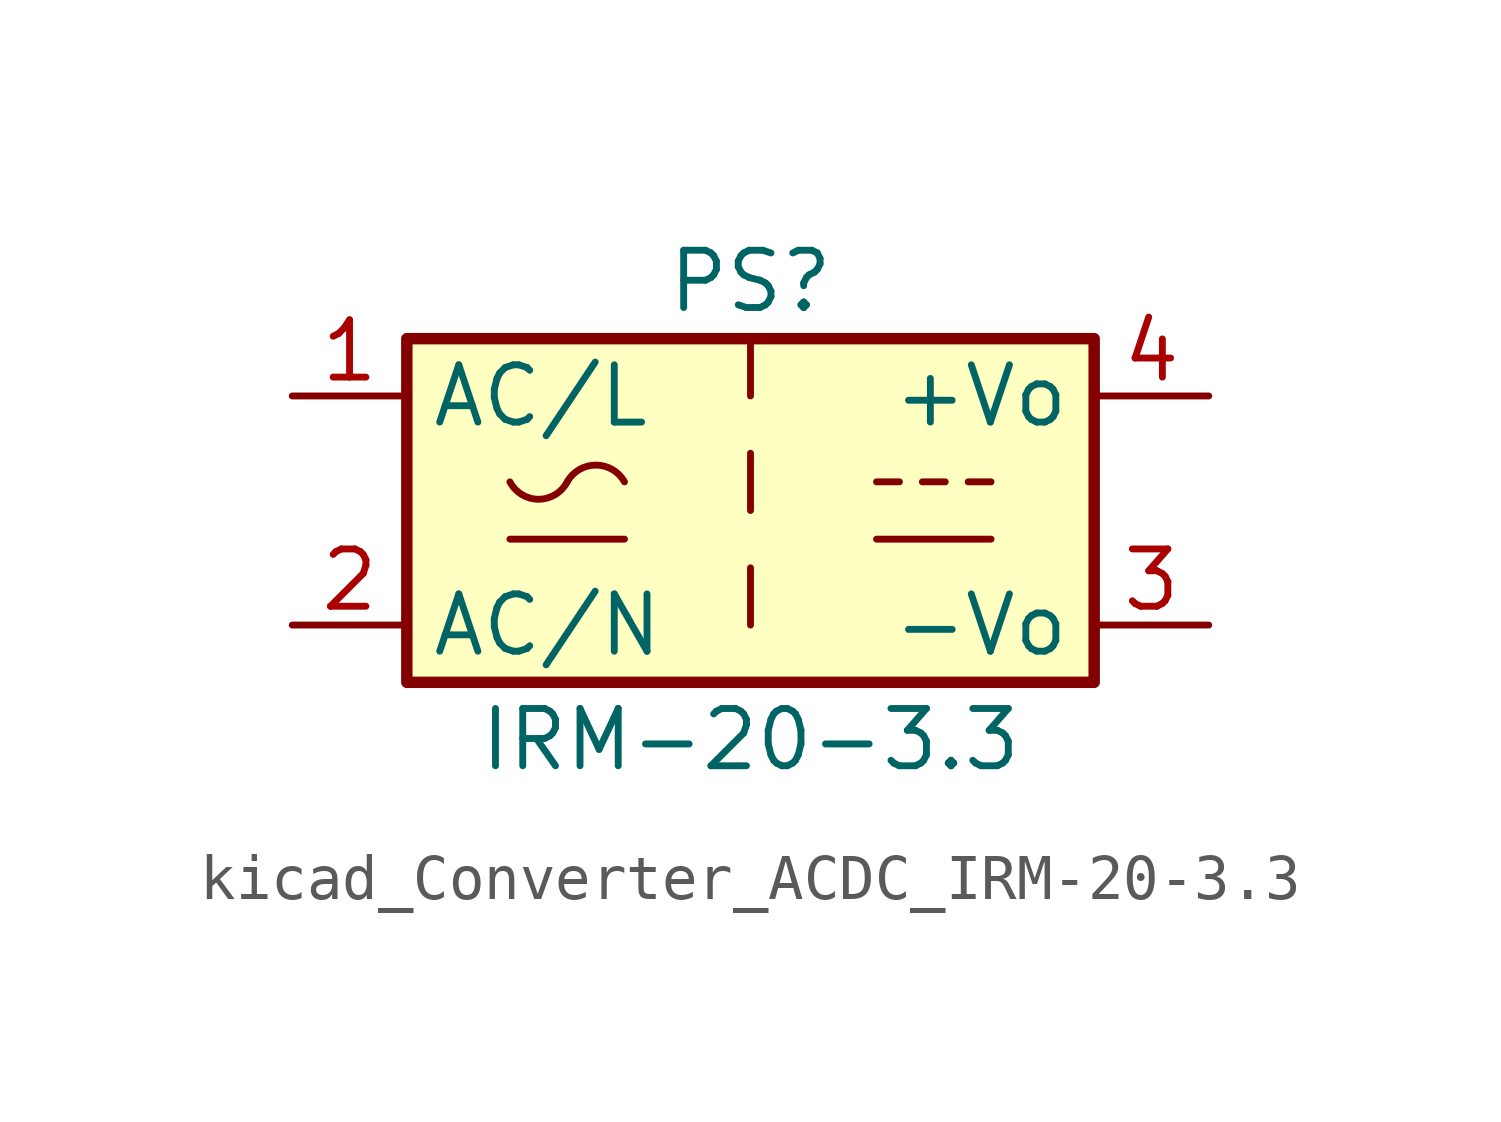
<source format=kicad_sym>
(kicad_symbol_lib
  (version 20220914)
  (generator kicad_symbol_editor)
  (symbol "kicad_Converter_ACDC_IRM-20-3.3"
    (property "Reference" "PS"
      (at 0 5.08 0)
      (effects (font (size 1.27 1.27))))
    (property "Value" "IRM-20-3.3"
      (at 0 -5.08 0)
      (effects (font (size 1.27 1.27))))
    (symbol "kicad_Converter_ACDC_IRM-20-3.3_0_1"
      (rectangle (start -7.62 3.81) (end 7.62 -3.81) (stroke (width 0.254) (type default)) (fill (type background)))
      (arc (start -5.334 0.635) (mid -4.699 0.2495) (end -4.064 0.635) (stroke (width 0) (type default)) (fill (type none)))
      (arc (start -2.794 0.635) (mid -3.429 1.0072) (end -4.064 0.635) (stroke (width 0) (type default)) (fill (type none)))
      (polyline (pts (xy -5.334 -0.635) (xy -2.794 -0.635)) (stroke (width 0) (type default)) (fill (type none)))
      (polyline (pts (xy 0 -1.27) (xy 0 -2.54)) (stroke (width 0) (type default)) (fill (type none)))
      (polyline (pts (xy 0 1.27) (xy 0 0)) (stroke (width 0) (type default)) (fill (type none)))
      (polyline (pts (xy 0 3.81) (xy 0 2.54)) (stroke (width 0) (type default)) (fill (type none)))
      (polyline (pts (xy 2.794 -0.635) (xy 5.334 -0.635)) (stroke (width 0) (type default)) (fill (type none)))
      (polyline (pts (xy 2.794 0.635) (xy 3.302 0.635)) (stroke (width 0) (type default)) (fill (type none)))
      (polyline (pts (xy 3.81 0.635) (xy 4.318 0.635)) (stroke (width 0) (type default)) (fill (type none)))
      (polyline (pts (xy 4.826 0.635) (xy 5.334 0.635)) (stroke (width 0) (type default)) (fill (type none))))
    (symbol "kicad_Converter_ACDC_IRM-20-3.3_1_1"
      (pin power_in line (at -10.16 2.54 0) (length 2.54) (name "AC/L" (effects (font (size 1.27 1.27)))) (number "1" (effects (font (size 1.27 1.27)))))
      (pin power_in line (at -10.16 -2.54 0) (length 2.54) (name "AC/N" (effects (font (size 1.27 1.27)))) (number "2" (effects (font (size 1.27 1.27)))))
      (pin power_out line (at 10.16 -2.54 180) (length 2.54) (name "-Vo" (effects (font (size 1.27 1.27)))) (number "3" (effects (font (size 1.27 1.27)))))
      (pin power_out line (at 10.16 2.54 180) (length 2.54) (name "+Vo" (effects (font (size 1.27 1.27)))) (number "4" (effects (font (size 1.27 1.27))))))))
</source>
